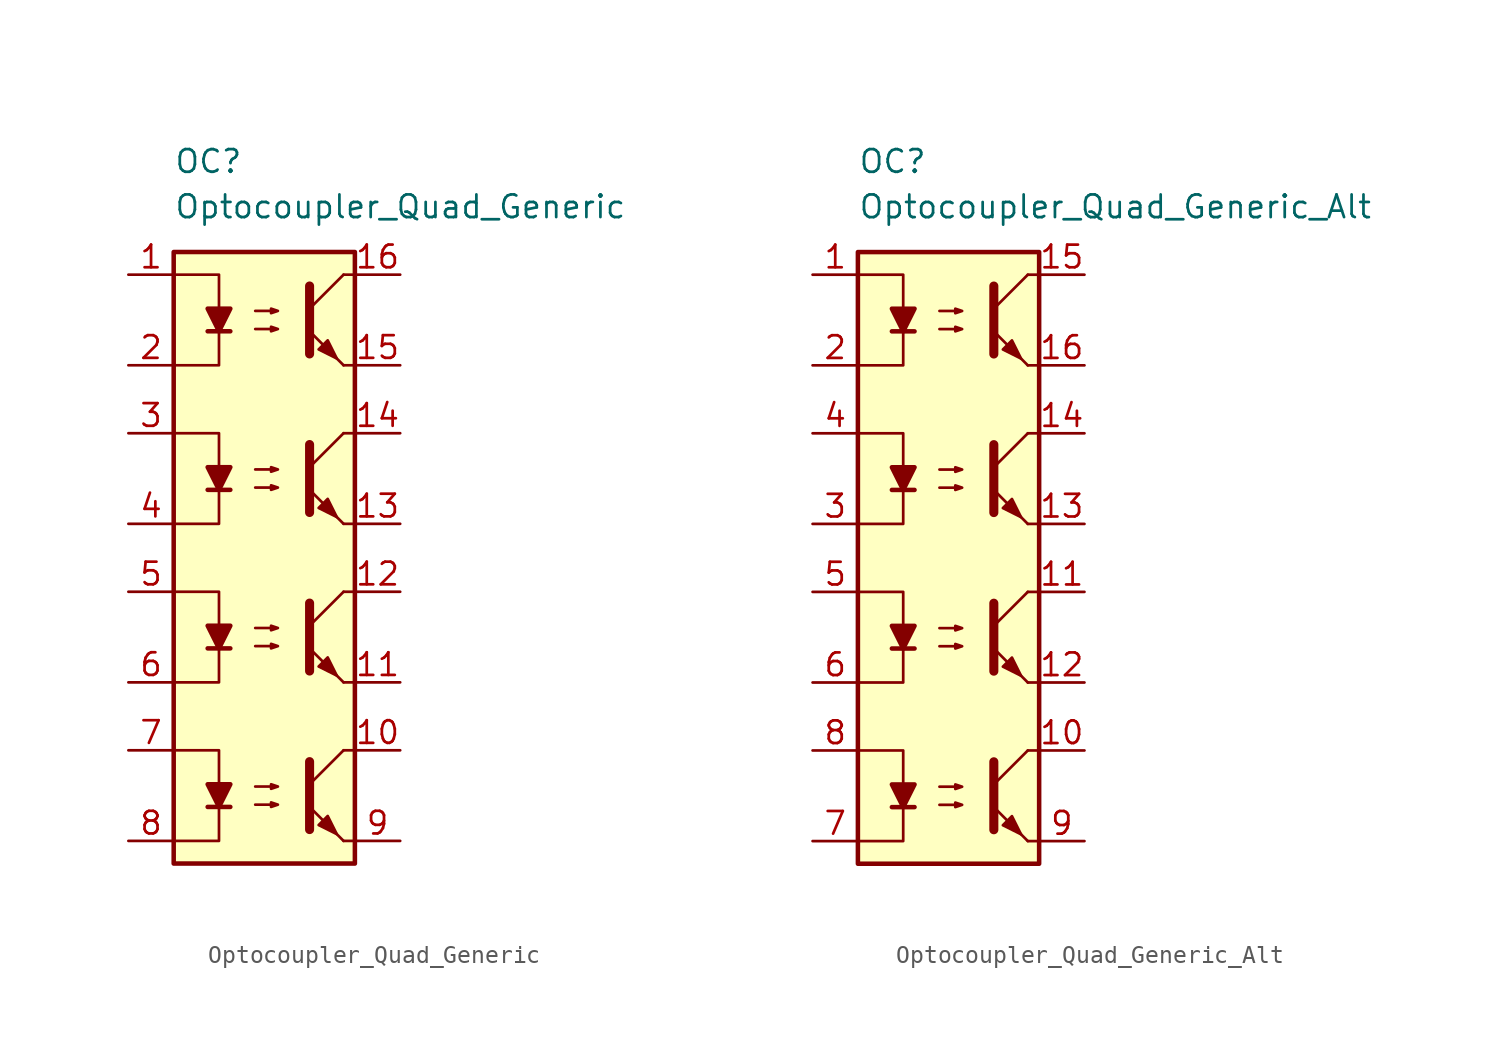
<source format=kicad_sym>
(kicad_symbol_lib
  (version 20211014)
  (generator kicad_symbol_editor)
  (symbol "Optocoupler_AKL:Optocoupler_Quad_Generic"
    (pin_names
      (offset 1.016))
    (property "Reference" "OC"
      (at -5.08 17.78 0)
      (effects (font (size 1.27 1.27)) (justify left)))
    (property "Value" "Optocoupler_Quad_Generic"
      (at -5.08 15.24 0)
      (effects (font (size 1.27 1.27)) (justify left)))
    (symbol "Optocoupler_Quad_Generic_0_1"
      (rectangle (start -5.08 12.7) (end 5.08 -21.59) (stroke (width 0.254) (type default) (color 0 0 0 0)) (fill (type background)))
      (polyline (pts (xy -3.175 8.255) (xy -1.905 8.255)) (stroke (width 0.254) (type default) (color 0 0 0 0)) (fill (type none)))
      (polyline (pts (xy 2.54 9.525) (xy 4.445 11.43)) (stroke (width 0) (type default) (color 0 0 0 0)) (fill (type none)))
      (polyline (pts (xy 4.445 6.35) (xy 2.54 8.255)) (stroke (width 0) (type default) (color 0 0 0 0)) (fill (type outline)))
      (polyline (pts (xy 4.445 6.35) (xy 5.08 6.35)) (stroke (width 0) (type default) (color 0 0 0 0)) (fill (type none)))
      (polyline (pts (xy 4.445 11.43) (xy 5.08 11.43)) (stroke (width 0) (type default) (color 0 0 0 0)) (fill (type none)))
      (polyline (pts (xy -5.08 11.43) (xy -2.54 11.43) (xy -2.54 8.255)) (stroke (width 0) (type default) (color 0 0 0 0)) (fill (type none)))
      (polyline (pts (xy -2.54 8.255) (xy -2.54 6.35) (xy -5.08 6.35)) (stroke (width 0) (type default) (color 0 0 0 0)) (fill (type none)))
      (polyline (pts (xy 2.54 10.795) (xy 2.54 6.985) (xy 2.54 6.985)) (stroke (width 0.508) (type default) (color 0 0 0 0)) (fill (type none)))
      (polyline (pts (xy -2.54 8.255) (xy -3.175 9.525) (xy -1.905 9.525) (xy -2.54 8.255)) (stroke (width 0.254) (type default) (color 0 0 0 0)) (fill (type outline)))
      (polyline (pts (xy -0.508 8.382) (xy 0.762 8.382) (xy 0.381 8.255) (xy 0.381 8.509) (xy 0.762 8.382)) (stroke (width 0) (type default) (color 0 0 0 0)) (fill (type none)))
      (polyline (pts (xy -0.508 9.398) (xy 0.762 9.398) (xy 0.381 9.271) (xy 0.381 9.525) (xy 0.762 9.398)) (stroke (width 0) (type default) (color 0 0 0 0)) (fill (type none)))
      (polyline (pts (xy 3.048 7.239) (xy 3.556 7.747) (xy 4.064 6.731) (xy 3.048 7.239) (xy 3.048 7.239)) (stroke (width 0) (type default) (color 0 0 0 0)) (fill (type outline))))
    (symbol "Optocoupler_Quad_Generic_1_1"
      (polyline (pts (xy -3.175 -18.415) (xy -1.905 -18.415)) (stroke (width 0.254) (type default) (color 0 0 0 0)) (fill (type none)))
      (polyline (pts (xy -3.175 -9.525) (xy -1.905 -9.525)) (stroke (width 0.254) (type default) (color 0 0 0 0)) (fill (type none)))
      (polyline (pts (xy -3.175 -0.635) (xy -1.905 -0.635)) (stroke (width 0.254) (type default) (color 0 0 0 0)) (fill (type none)))
      (polyline (pts (xy 2.54 -17.145) (xy 4.445 -15.24)) (stroke (width 0) (type default) (color 0 0 0 0)) (fill (type none)))
      (polyline (pts (xy 2.54 -8.255) (xy 4.445 -6.35)) (stroke (width 0) (type default) (color 0 0 0 0)) (fill (type none)))
      (polyline (pts (xy 2.54 0.635) (xy 4.445 2.54)) (stroke (width 0) (type default) (color 0 0 0 0)) (fill (type none)))
      (polyline (pts (xy 4.445 -20.32) (xy 2.54 -18.415)) (stroke (width 0) (type default) (color 0 0 0 0)) (fill (type outline)))
      (polyline (pts (xy 4.445 -20.32) (xy 5.08 -20.32)) (stroke (width 0) (type default) (color 0 0 0 0)) (fill (type none)))
      (polyline (pts (xy 4.445 -15.24) (xy 5.08 -15.24)) (stroke (width 0) (type default) (color 0 0 0 0)) (fill (type none)))
      (polyline (pts (xy 4.445 -11.43) (xy 2.54 -9.525)) (stroke (width 0) (type default) (color 0 0 0 0)) (fill (type outline)))
      (polyline (pts (xy 4.445 -11.43) (xy 5.08 -11.43)) (stroke (width 0) (type default) (color 0 0 0 0)) (fill (type none)))
      (polyline (pts (xy 4.445 -6.35) (xy 5.08 -6.35)) (stroke (width 0) (type default) (color 0 0 0 0)) (fill (type none)))
      (polyline (pts (xy 4.445 -2.54) (xy 2.54 -0.635)) (stroke (width 0) (type default) (color 0 0 0 0)) (fill (type outline)))
      (polyline (pts (xy 4.445 -2.54) (xy 5.08 -2.54)) (stroke (width 0) (type default) (color 0 0 0 0)) (fill (type none)))
      (polyline (pts (xy 4.445 2.54) (xy 5.08 2.54)) (stroke (width 0) (type default) (color 0 0 0 0)) (fill (type none)))
      (polyline (pts (xy -5.08 -15.24) (xy -2.54 -15.24) (xy -2.54 -18.415)) (stroke (width 0) (type default) (color 0 0 0 0)) (fill (type none)))
      (polyline (pts (xy -5.08 -6.35) (xy -2.54 -6.35) (xy -2.54 -9.525)) (stroke (width 0) (type default) (color 0 0 0 0)) (fill (type none)))
      (polyline (pts (xy -5.08 2.54) (xy -2.54 2.54) (xy -2.54 -0.635)) (stroke (width 0) (type default) (color 0 0 0 0)) (fill (type none)))
      (polyline (pts (xy -2.54 -18.415) (xy -2.54 -20.32) (xy -5.08 -20.32)) (stroke (width 0) (type default) (color 0 0 0 0)) (fill (type none)))
      (polyline (pts (xy -2.54 -9.525) (xy -2.54 -11.43) (xy -5.08 -11.43)) (stroke (width 0) (type default) (color 0 0 0 0)) (fill (type none)))
      (polyline (pts (xy -2.54 -0.635) (xy -2.54 -2.54) (xy -5.08 -2.54)) (stroke (width 0) (type default) (color 0 0 0 0)) (fill (type none)))
      (polyline (pts (xy 2.54 -15.875) (xy 2.54 -19.685) (xy 2.54 -19.685)) (stroke (width 0.508) (type default) (color 0 0 0 0)) (fill (type none)))
      (polyline (pts (xy 2.54 -6.985) (xy 2.54 -10.795) (xy 2.54 -10.795)) (stroke (width 0.508) (type default) (color 0 0 0 0)) (fill (type none)))
      (polyline (pts (xy 2.54 1.905) (xy 2.54 -1.905) (xy 2.54 -1.905)) (stroke (width 0.508) (type default) (color 0 0 0 0)) (fill (type none)))
      (polyline (pts (xy -2.54 -18.415) (xy -3.175 -17.145) (xy -1.905 -17.145) (xy -2.54 -18.415)) (stroke (width 0.254) (type default) (color 0 0 0 0)) (fill (type outline)))
      (polyline (pts (xy -2.54 -9.525) (xy -3.175 -8.255) (xy -1.905 -8.255) (xy -2.54 -9.525)) (stroke (width 0.254) (type default) (color 0 0 0 0)) (fill (type outline)))
      (polyline (pts (xy -2.54 -0.635) (xy -3.175 0.635) (xy -1.905 0.635) (xy -2.54 -0.635)) (stroke (width 0.254) (type default) (color 0 0 0 0)) (fill (type outline)))
      (polyline (pts (xy -0.508 -18.288) (xy 0.762 -18.288) (xy 0.381 -18.415) (xy 0.381 -18.161) (xy 0.762 -18.288)) (stroke (width 0) (type default) (color 0 0 0 0)) (fill (type none)))
      (polyline (pts (xy -0.508 -17.272) (xy 0.762 -17.272) (xy 0.381 -17.399) (xy 0.381 -17.145) (xy 0.762 -17.272)) (stroke (width 0) (type default) (color 0 0 0 0)) (fill (type none)))
      (polyline (pts (xy -0.508 -9.398) (xy 0.762 -9.398) (xy 0.381 -9.525) (xy 0.381 -9.271) (xy 0.762 -9.398)) (stroke (width 0) (type default) (color 0 0 0 0)) (fill (type none)))
      (polyline (pts (xy -0.508 -8.382) (xy 0.762 -8.382) (xy 0.381 -8.509) (xy 0.381 -8.255) (xy 0.762 -8.382)) (stroke (width 0) (type default) (color 0 0 0 0)) (fill (type none)))
      (polyline (pts (xy -0.508 -0.508) (xy 0.762 -0.508) (xy 0.381 -0.635) (xy 0.381 -0.381) (xy 0.762 -0.508)) (stroke (width 0) (type default) (color 0 0 0 0)) (fill (type none)))
      (polyline (pts (xy -0.508 0.508) (xy 0.762 0.508) (xy 0.381 0.381) (xy 0.381 0.635) (xy 0.762 0.508)) (stroke (width 0) (type default) (color 0 0 0 0)) (fill (type none)))
      (polyline (pts (xy 3.048 -19.431) (xy 3.556 -18.923) (xy 4.064 -19.939) (xy 3.048 -19.431) (xy 3.048 -19.431)) (stroke (width 0) (type default) (color 0 0 0 0)) (fill (type outline)))
      (polyline (pts (xy 3.048 -10.541) (xy 3.556 -10.033) (xy 4.064 -11.049) (xy 3.048 -10.541) (xy 3.048 -10.541)) (stroke (width 0) (type default) (color 0 0 0 0)) (fill (type outline)))
      (polyline (pts (xy 3.048 -1.651) (xy 3.556 -1.143) (xy 4.064 -2.159) (xy 3.048 -1.651) (xy 3.048 -1.651)) (stroke (width 0) (type default) (color 0 0 0 0)) (fill (type outline)))
      (pin passive line (at -7.62 11.43 0) (length 2.54) (name "~" (effects (font (size 1.27 1.27)))) (number "1" (effects (font (size 1.27 1.27)))))
      (pin passive line (at 7.62 -15.24 180) (length 2.54) (name "~" (effects (font (size 1.27 1.27)))) (number "10" (effects (font (size 1.27 1.27)))))
      (pin passive line (at 7.62 -11.43 180) (length 2.54) (name "~" (effects (font (size 1.27 1.27)))) (number "11" (effects (font (size 1.27 1.27)))))
      (pin passive line (at 7.62 -6.35 180) (length 2.54) (name "~" (effects (font (size 1.27 1.27)))) (number "12" (effects (font (size 1.27 1.27)))))
      (pin passive line (at 7.62 -2.54 180) (length 2.54) (name "~" (effects (font (size 1.27 1.27)))) (number "13" (effects (font (size 1.27 1.27)))))
      (pin passive line (at 7.62 2.54 180) (length 2.54) (name "~" (effects (font (size 1.27 1.27)))) (number "14" (effects (font (size 1.27 1.27)))))
      (pin passive line (at 7.62 6.35 180) (length 2.54) (name "~" (effects (font (size 1.27 1.27)))) (number "15" (effects (font (size 1.27 1.27)))))
      (pin passive line (at 7.62 11.43 180) (length 2.54) (name "~" (effects (font (size 1.27 1.27)))) (number "16" (effects (font (size 1.27 1.27)))))
      (pin passive line (at -7.62 6.35 0) (length 2.54) (name "~" (effects (font (size 1.27 1.27)))) (number "2" (effects (font (size 1.27 1.27)))))
      (pin passive line (at -7.62 2.54 0) (length 2.54) (name "~" (effects (font (size 1.27 1.27)))) (number "3" (effects (font (size 1.27 1.27)))))
      (pin passive line (at -7.62 -2.54 0) (length 2.54) (name "~" (effects (font (size 1.27 1.27)))) (number "4" (effects (font (size 1.27 1.27)))))
      (pin passive line (at -7.62 -6.35 0) (length 2.54) (name "~" (effects (font (size 1.27 1.27)))) (number "5" (effects (font (size 1.27 1.27)))))
      (pin passive line (at -7.62 -11.43 0) (length 2.54) (name "~" (effects (font (size 1.27 1.27)))) (number "6" (effects (font (size 1.27 1.27)))))
      (pin passive line (at -7.62 -15.24 0) (length 2.54) (name "~" (effects (font (size 1.27 1.27)))) (number "7" (effects (font (size 1.27 1.27)))))
      (pin passive line (at -7.62 -20.32 0) (length 2.54) (name "~" (effects (font (size 1.27 1.27)))) (number "8" (effects (font (size 1.27 1.27)))))
      (pin passive line (at 7.62 -20.32 180) (length 2.54) (name "~" (effects (font (size 1.27 1.27)))) (number "9" (effects (font (size 1.27 1.27)))))))
  (symbol "Optocoupler_AKL:Optocoupler_Quad_Generic_Alt"
    (pin_names
      (offset 1.016))
    (property "Reference" "OC"
      (at -5.08 17.78 0)
      (effects (font (size 1.27 1.27)) (justify left)))
    (property "Value" "Optocoupler_Quad_Generic_Alt"
      (at -5.08 15.24 0)
      (effects (font (size 1.27 1.27)) (justify left)))
    (symbol "Optocoupler_Quad_Generic_Alt_0_1"
      (rectangle (start -5.08 12.7) (end 5.08 -21.59) (stroke (width 0.254) (type default) (color 0 0 0 0)) (fill (type background)))
      (polyline (pts (xy -3.175 8.255) (xy -1.905 8.255)) (stroke (width 0.254) (type default) (color 0 0 0 0)) (fill (type none)))
      (polyline (pts (xy 2.54 9.525) (xy 4.445 11.43)) (stroke (width 0) (type default) (color 0 0 0 0)) (fill (type none)))
      (polyline (pts (xy 4.445 6.35) (xy 2.54 8.255)) (stroke (width 0) (type default) (color 0 0 0 0)) (fill (type outline)))
      (polyline (pts (xy 4.445 6.35) (xy 5.08 6.35)) (stroke (width 0) (type default) (color 0 0 0 0)) (fill (type none)))
      (polyline (pts (xy 4.445 11.43) (xy 5.08 11.43)) (stroke (width 0) (type default) (color 0 0 0 0)) (fill (type none)))
      (polyline (pts (xy -5.08 11.43) (xy -2.54 11.43) (xy -2.54 8.255)) (stroke (width 0) (type default) (color 0 0 0 0)) (fill (type none)))
      (polyline (pts (xy -2.54 8.255) (xy -2.54 6.35) (xy -5.08 6.35)) (stroke (width 0) (type default) (color 0 0 0 0)) (fill (type none)))
      (polyline (pts (xy 2.54 10.795) (xy 2.54 6.985) (xy 2.54 6.985)) (stroke (width 0.508) (type default) (color 0 0 0 0)) (fill (type none)))
      (polyline (pts (xy -2.54 8.255) (xy -3.175 9.525) (xy -1.905 9.525) (xy -2.54 8.255)) (stroke (width 0.254) (type default) (color 0 0 0 0)) (fill (type outline)))
      (polyline (pts (xy -0.508 8.382) (xy 0.762 8.382) (xy 0.381 8.255) (xy 0.381 8.509) (xy 0.762 8.382)) (stroke (width 0) (type default) (color 0 0 0 0)) (fill (type none)))
      (polyline (pts (xy -0.508 9.398) (xy 0.762 9.398) (xy 0.381 9.271) (xy 0.381 9.525) (xy 0.762 9.398)) (stroke (width 0) (type default) (color 0 0 0 0)) (fill (type none)))
      (polyline (pts (xy 3.048 7.239) (xy 3.556 7.747) (xy 4.064 6.731) (xy 3.048 7.239) (xy 3.048 7.239)) (stroke (width 0) (type default) (color 0 0 0 0)) (fill (type outline))))
    (symbol "Optocoupler_Quad_Generic_Alt_1_1"
      (polyline (pts (xy -3.175 -18.415) (xy -1.905 -18.415)) (stroke (width 0.254) (type default) (color 0 0 0 0)) (fill (type none)))
      (polyline (pts (xy -3.175 -9.525) (xy -1.905 -9.525)) (stroke (width 0.254) (type default) (color 0 0 0 0)) (fill (type none)))
      (polyline (pts (xy -3.175 -0.635) (xy -1.905 -0.635)) (stroke (width 0.254) (type default) (color 0 0 0 0)) (fill (type none)))
      (polyline (pts (xy 2.54 -17.145) (xy 4.445 -15.24)) (stroke (width 0) (type default) (color 0 0 0 0)) (fill (type none)))
      (polyline (pts (xy 2.54 -8.255) (xy 4.445 -6.35)) (stroke (width 0) (type default) (color 0 0 0 0)) (fill (type none)))
      (polyline (pts (xy 2.54 0.635) (xy 4.445 2.54)) (stroke (width 0) (type default) (color 0 0 0 0)) (fill (type none)))
      (polyline (pts (xy 4.445 -20.32) (xy 2.54 -18.415)) (stroke (width 0) (type default) (color 0 0 0 0)) (fill (type outline)))
      (polyline (pts (xy 4.445 -20.32) (xy 5.08 -20.32)) (stroke (width 0) (type default) (color 0 0 0 0)) (fill (type none)))
      (polyline (pts (xy 4.445 -15.24) (xy 5.08 -15.24)) (stroke (width 0) (type default) (color 0 0 0 0)) (fill (type none)))
      (polyline (pts (xy 4.445 -11.43) (xy 2.54 -9.525)) (stroke (width 0) (type default) (color 0 0 0 0)) (fill (type outline)))
      (polyline (pts (xy 4.445 -11.43) (xy 5.08 -11.43)) (stroke (width 0) (type default) (color 0 0 0 0)) (fill (type none)))
      (polyline (pts (xy 4.445 -6.35) (xy 5.08 -6.35)) (stroke (width 0) (type default) (color 0 0 0 0)) (fill (type none)))
      (polyline (pts (xy 4.445 -2.54) (xy 2.54 -0.635)) (stroke (width 0) (type default) (color 0 0 0 0)) (fill (type outline)))
      (polyline (pts (xy 4.445 -2.54) (xy 5.08 -2.54)) (stroke (width 0) (type default) (color 0 0 0 0)) (fill (type none)))
      (polyline (pts (xy 4.445 2.54) (xy 5.08 2.54)) (stroke (width 0) (type default) (color 0 0 0 0)) (fill (type none)))
      (polyline (pts (xy -5.08 -15.24) (xy -2.54 -15.24) (xy -2.54 -18.415)) (stroke (width 0) (type default) (color 0 0 0 0)) (fill (type none)))
      (polyline (pts (xy -5.08 -6.35) (xy -2.54 -6.35) (xy -2.54 -9.525)) (stroke (width 0) (type default) (color 0 0 0 0)) (fill (type none)))
      (polyline (pts (xy -5.08 2.54) (xy -2.54 2.54) (xy -2.54 -0.635)) (stroke (width 0) (type default) (color 0 0 0 0)) (fill (type none)))
      (polyline (pts (xy -2.54 -18.415) (xy -2.54 -20.32) (xy -5.08 -20.32)) (stroke (width 0) (type default) (color 0 0 0 0)) (fill (type none)))
      (polyline (pts (xy -2.54 -9.525) (xy -2.54 -11.43) (xy -5.08 -11.43)) (stroke (width 0) (type default) (color 0 0 0 0)) (fill (type none)))
      (polyline (pts (xy -2.54 -0.635) (xy -2.54 -2.54) (xy -5.08 -2.54)) (stroke (width 0) (type default) (color 0 0 0 0)) (fill (type none)))
      (polyline (pts (xy 2.54 -15.875) (xy 2.54 -19.685) (xy 2.54 -19.685)) (stroke (width 0.508) (type default) (color 0 0 0 0)) (fill (type none)))
      (polyline (pts (xy 2.54 -6.985) (xy 2.54 -10.795) (xy 2.54 -10.795)) (stroke (width 0.508) (type default) (color 0 0 0 0)) (fill (type none)))
      (polyline (pts (xy 2.54 1.905) (xy 2.54 -1.905) (xy 2.54 -1.905)) (stroke (width 0.508) (type default) (color 0 0 0 0)) (fill (type none)))
      (polyline (pts (xy -2.54 -18.415) (xy -3.175 -17.145) (xy -1.905 -17.145) (xy -2.54 -18.415)) (stroke (width 0.254) (type default) (color 0 0 0 0)) (fill (type outline)))
      (polyline (pts (xy -2.54 -9.525) (xy -3.175 -8.255) (xy -1.905 -8.255) (xy -2.54 -9.525)) (stroke (width 0.254) (type default) (color 0 0 0 0)) (fill (type outline)))
      (polyline (pts (xy -2.54 -0.635) (xy -3.175 0.635) (xy -1.905 0.635) (xy -2.54 -0.635)) (stroke (width 0.254) (type default) (color 0 0 0 0)) (fill (type outline)))
      (polyline (pts (xy -0.508 -18.288) (xy 0.762 -18.288) (xy 0.381 -18.415) (xy 0.381 -18.161) (xy 0.762 -18.288)) (stroke (width 0) (type default) (color 0 0 0 0)) (fill (type none)))
      (polyline (pts (xy -0.508 -17.272) (xy 0.762 -17.272) (xy 0.381 -17.399) (xy 0.381 -17.145) (xy 0.762 -17.272)) (stroke (width 0) (type default) (color 0 0 0 0)) (fill (type none)))
      (polyline (pts (xy -0.508 -9.398) (xy 0.762 -9.398) (xy 0.381 -9.525) (xy 0.381 -9.271) (xy 0.762 -9.398)) (stroke (width 0) (type default) (color 0 0 0 0)) (fill (type none)))
      (polyline (pts (xy -0.508 -8.382) (xy 0.762 -8.382) (xy 0.381 -8.509) (xy 0.381 -8.255) (xy 0.762 -8.382)) (stroke (width 0) (type default) (color 0 0 0 0)) (fill (type none)))
      (polyline (pts (xy -0.508 -0.508) (xy 0.762 -0.508) (xy 0.381 -0.635) (xy 0.381 -0.381) (xy 0.762 -0.508)) (stroke (width 0) (type default) (color 0 0 0 0)) (fill (type none)))
      (polyline (pts (xy -0.508 0.508) (xy 0.762 0.508) (xy 0.381 0.381) (xy 0.381 0.635) (xy 0.762 0.508)) (stroke (width 0) (type default) (color 0 0 0 0)) (fill (type none)))
      (polyline (pts (xy 3.048 -19.431) (xy 3.556 -18.923) (xy 4.064 -19.939) (xy 3.048 -19.431) (xy 3.048 -19.431)) (stroke (width 0) (type default) (color 0 0 0 0)) (fill (type outline)))
      (polyline (pts (xy 3.048 -10.541) (xy 3.556 -10.033) (xy 4.064 -11.049) (xy 3.048 -10.541) (xy 3.048 -10.541)) (stroke (width 0) (type default) (color 0 0 0 0)) (fill (type outline)))
      (polyline (pts (xy 3.048 -1.651) (xy 3.556 -1.143) (xy 4.064 -2.159) (xy 3.048 -1.651) (xy 3.048 -1.651)) (stroke (width 0) (type default) (color 0 0 0 0)) (fill (type outline)))
      (pin passive line (at -7.62 11.43 0) (length 2.54) (name "~" (effects (font (size 1.27 1.27)))) (number "1" (effects (font (size 1.27 1.27)))))
      (pin passive line (at 7.62 -15.24 180) (length 2.54) (name "~" (effects (font (size 1.27 1.27)))) (number "10" (effects (font (size 1.27 1.27)))))
      (pin passive line (at 7.62 -6.35 180) (length 2.54) (name "~" (effects (font (size 1.27 1.27)))) (number "11" (effects (font (size 1.27 1.27)))))
      (pin passive line (at 7.62 -11.43 180) (length 2.54) (name "~" (effects (font (size 1.27 1.27)))) (number "12" (effects (font (size 1.27 1.27)))))
      (pin passive line (at 7.62 -2.54 180) (length 2.54) (name "~" (effects (font (size 1.27 1.27)))) (number "13" (effects (font (size 1.27 1.27)))))
      (pin passive line (at 7.62 2.54 180) (length 2.54) (name "~" (effects (font (size 1.27 1.27)))) (number "14" (effects (font (size 1.27 1.27)))))
      (pin passive line (at 7.62 11.43 180) (length 2.54) (name "~" (effects (font (size 1.27 1.27)))) (number "15" (effects (font (size 1.27 1.27)))))
      (pin passive line (at 7.62 6.35 180) (length 2.54) (name "~" (effects (font (size 1.27 1.27)))) (number "16" (effects (font (size 1.27 1.27)))))
      (pin passive line (at -7.62 6.35 0) (length 2.54) (name "~" (effects (font (size 1.27 1.27)))) (number "2" (effects (font (size 1.27 1.27)))))
      (pin passive line (at -7.62 -2.54 0) (length 2.54) (name "~" (effects (font (size 1.27 1.27)))) (number "3" (effects (font (size 1.27 1.27)))))
      (pin passive line (at -7.62 2.54 0) (length 2.54) (name "~" (effects (font (size 1.27 1.27)))) (number "4" (effects (font (size 1.27 1.27)))))
      (pin passive line (at -7.62 -6.35 0) (length 2.54) (name "~" (effects (font (size 1.27 1.27)))) (number "5" (effects (font (size 1.27 1.27)))))
      (pin passive line (at -7.62 -11.43 0) (length 2.54) (name "~" (effects (font (size 1.27 1.27)))) (number "6" (effects (font (size 1.27 1.27)))))
      (pin passive line (at -7.62 -20.32 0) (length 2.54) (name "~" (effects (font (size 1.27 1.27)))) (number "7" (effects (font (size 1.27 1.27)))))
      (pin passive line (at -7.62 -15.24 0) (length 2.54) (name "~" (effects (font (size 1.27 1.27)))) (number "8" (effects (font (size 1.27 1.27)))))
      (pin passive line (at 7.62 -20.32 180) (length 2.54) (name "~" (effects (font (size 1.27 1.27)))) (number "9" (effects (font (size 1.27 1.27))))))))
</source>
